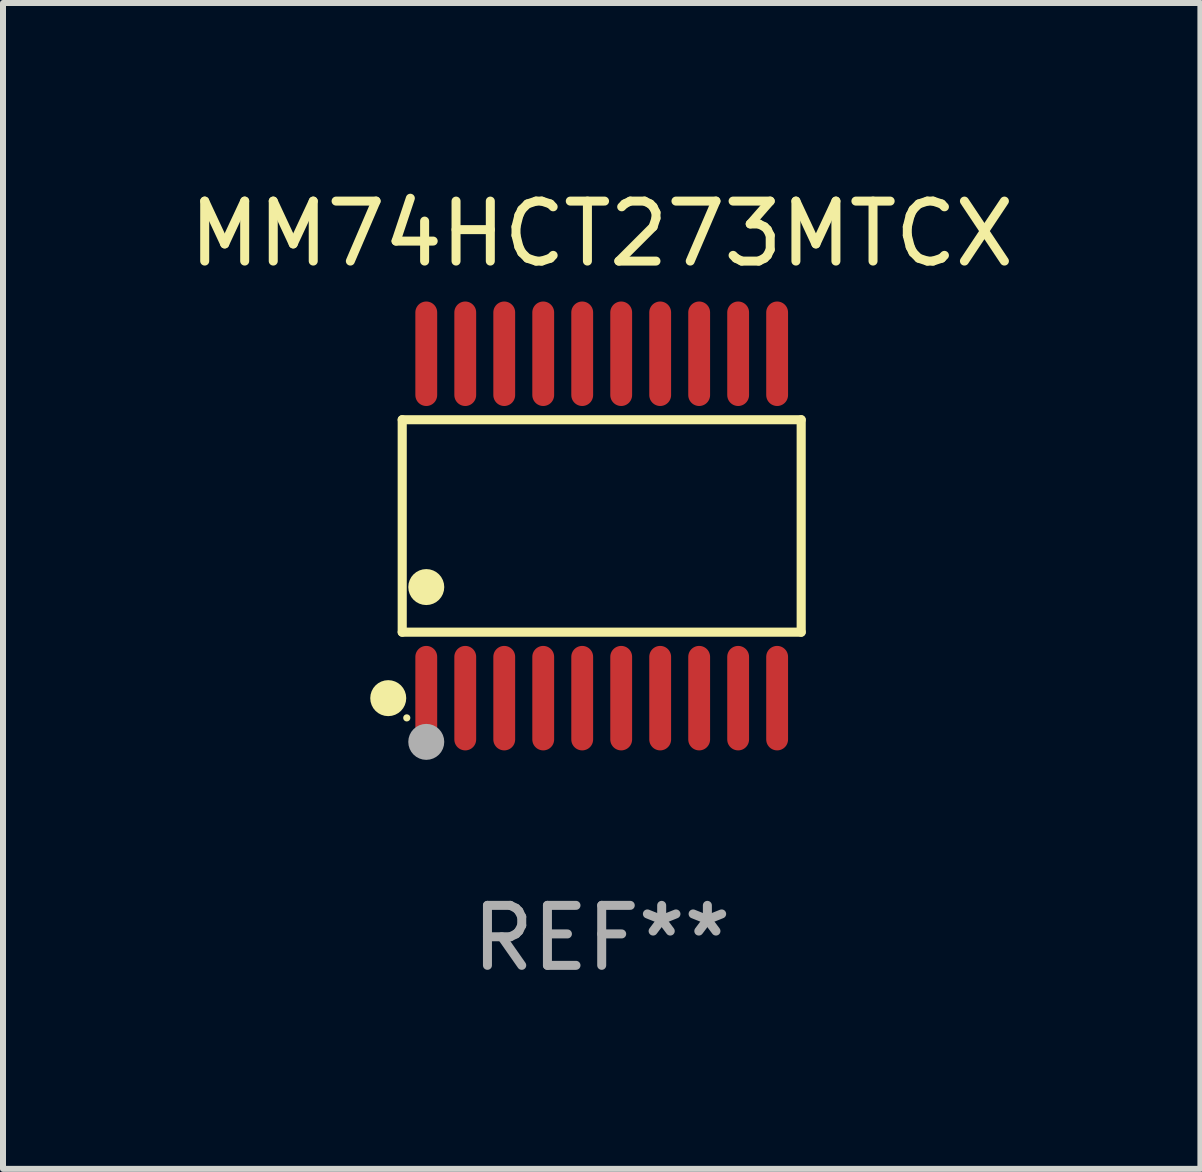
<source format=kicad_pcb>
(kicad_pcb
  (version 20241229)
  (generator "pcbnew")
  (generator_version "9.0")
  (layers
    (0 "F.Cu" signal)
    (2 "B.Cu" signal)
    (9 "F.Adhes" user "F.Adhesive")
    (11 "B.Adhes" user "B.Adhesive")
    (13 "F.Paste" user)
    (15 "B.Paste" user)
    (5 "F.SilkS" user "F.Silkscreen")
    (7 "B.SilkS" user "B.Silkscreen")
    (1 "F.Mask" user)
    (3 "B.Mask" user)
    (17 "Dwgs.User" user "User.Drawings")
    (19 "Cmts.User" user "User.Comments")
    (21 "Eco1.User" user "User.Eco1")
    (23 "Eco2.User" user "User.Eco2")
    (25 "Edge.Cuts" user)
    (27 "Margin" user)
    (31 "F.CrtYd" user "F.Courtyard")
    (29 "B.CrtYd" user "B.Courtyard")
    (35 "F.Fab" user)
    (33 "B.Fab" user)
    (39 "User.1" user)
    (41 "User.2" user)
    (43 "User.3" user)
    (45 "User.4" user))
  (footprint "MM74HCT273MTCX"
    (layer "F.Cu")
    (at 6.982 5.719)
    (property "Reference" "MM74HCT273MTCX" (at 0 -4.871 0) (layer "F.SilkS") (effects (font (size 1 1) (thickness 0.15))))
    (attr through_hole)
    (fp_line (start -3.326 -1.771) (end 3.326 -1.771) (stroke (width 0.152) (type solid)) (layer "F.SilkS"))
    (fp_line (start -3.326 1.771) (end -3.326 -1.771) (stroke (width 0.152) (type solid)) (layer "F.SilkS"))
    (fp_line (start 3.326 -1.771) (end 3.326 1.771) (stroke (width 0.152) (type solid)) (layer "F.SilkS"))
    (fp_line (start 3.326 1.771) (end -3.326 1.771) (stroke (width 0.152) (type solid)) (layer "F.SilkS"))
    (fp_circle (center -3.559 2.871) (end -3.409 2.871) (stroke (width 0.3) (type solid)) (fill no) (layer "F.SilkS"))
    (fp_circle (center -3.25 3.2) (end -3.22 3.2) (stroke (width 0.06) (type solid)) (fill no) (layer "F.SilkS"))
    (fp_circle (center -2.925 1.019) (end -2.775 1.019) (stroke (width 0.3) (type solid)) (fill no) (layer "F.SilkS"))
    (fp_circle (center -2.925 3.6) (end -2.775 3.6) (stroke (width 0.3) (type solid)) (fill no) (layer "F.Fab"))
    (fp_text user "REF**" (at 0 6.871 0) (layer "F.Fab") (effects (font (size 1 1) (thickness 0.15))))
    (pad "1" smd oval (at -2.925 2.871) (size 0.364 1.742) (layers "F.Cu" "F.Mask" "F.Paste"))
    (pad "2" smd oval (at -2.275 2.871) (size 0.364 1.742) (layers "F.Cu" "F.Mask" "F.Paste"))
    (pad "3" smd oval (at -1.625 2.871) (size 0.364 1.742) (layers "F.Cu" "F.Mask" "F.Paste"))
    (pad "4" smd oval (at -0.975 2.871) (size 0.364 1.742) (layers "F.Cu" "F.Mask" "F.Paste"))
    (pad "5" smd oval (at -0.325 2.871) (size 0.364 1.742) (layers "F.Cu" "F.Mask" "F.Paste"))
    (pad "6" smd oval (at 0.325 2.871) (size 0.364 1.742) (layers "F.Cu" "F.Mask" "F.Paste"))
    (pad "7" smd oval (at 0.975 2.871) (size 0.364 1.742) (layers "F.Cu" "F.Mask" "F.Paste"))
    (pad "8" smd oval (at 1.625 2.871) (size 0.364 1.742) (layers "F.Cu" "F.Mask" "F.Paste"))
    (pad "9" smd oval (at 2.275 2.871) (size 0.364 1.742) (layers "F.Cu" "F.Mask" "F.Paste"))
    (pad "10" smd oval (at 2.925 2.871) (size 0.364 1.742) (layers "F.Cu" "F.Mask" "F.Paste"))
    (pad "11" smd oval (at 2.925 -2.871) (size 0.364 1.742) (layers "F.Cu" "F.Mask" "F.Paste"))
    (pad "12" smd oval (at 2.275 -2.871) (size 0.364 1.742) (layers "F.Cu" "F.Mask" "F.Paste"))
    (pad "13" smd oval (at 1.625 -2.871) (size 0.364 1.742) (layers "F.Cu" "F.Mask" "F.Paste"))
    (pad "14" smd oval (at 0.975 -2.871) (size 0.364 1.742) (layers "F.Cu" "F.Mask" "F.Paste"))
    (pad "15" smd oval (at 0.325 -2.871) (size 0.364 1.742) (layers "F.Cu" "F.Mask" "F.Paste"))
    (pad "16" smd oval (at -0.325 -2.871) (size 0.364 1.742) (layers "F.Cu" "F.Mask" "F.Paste"))
    (pad "17" smd oval (at -0.975 -2.871) (size 0.364 1.742) (layers "F.Cu" "F.Mask" "F.Paste"))
    (pad "18" smd oval (at -1.625 -2.871) (size 0.364 1.742) (layers "F.Cu" "F.Mask" "F.Paste"))
    (pad "19" smd oval (at -2.275 -2.871) (size 0.364 1.742) (layers "F.Cu" "F.Mask" "F.Paste"))
    (pad "20" smd oval (at -2.925 -2.871) (size 0.364 1.742) (layers "F.Cu" "F.Mask" "F.Paste")))
  (gr_rect
    (start -3 -3)
    (end 16.964 16.438)
    (stroke (width 0.1) (type default))
    (fill no)
    (layer "Edge.Cuts")))
</source>
